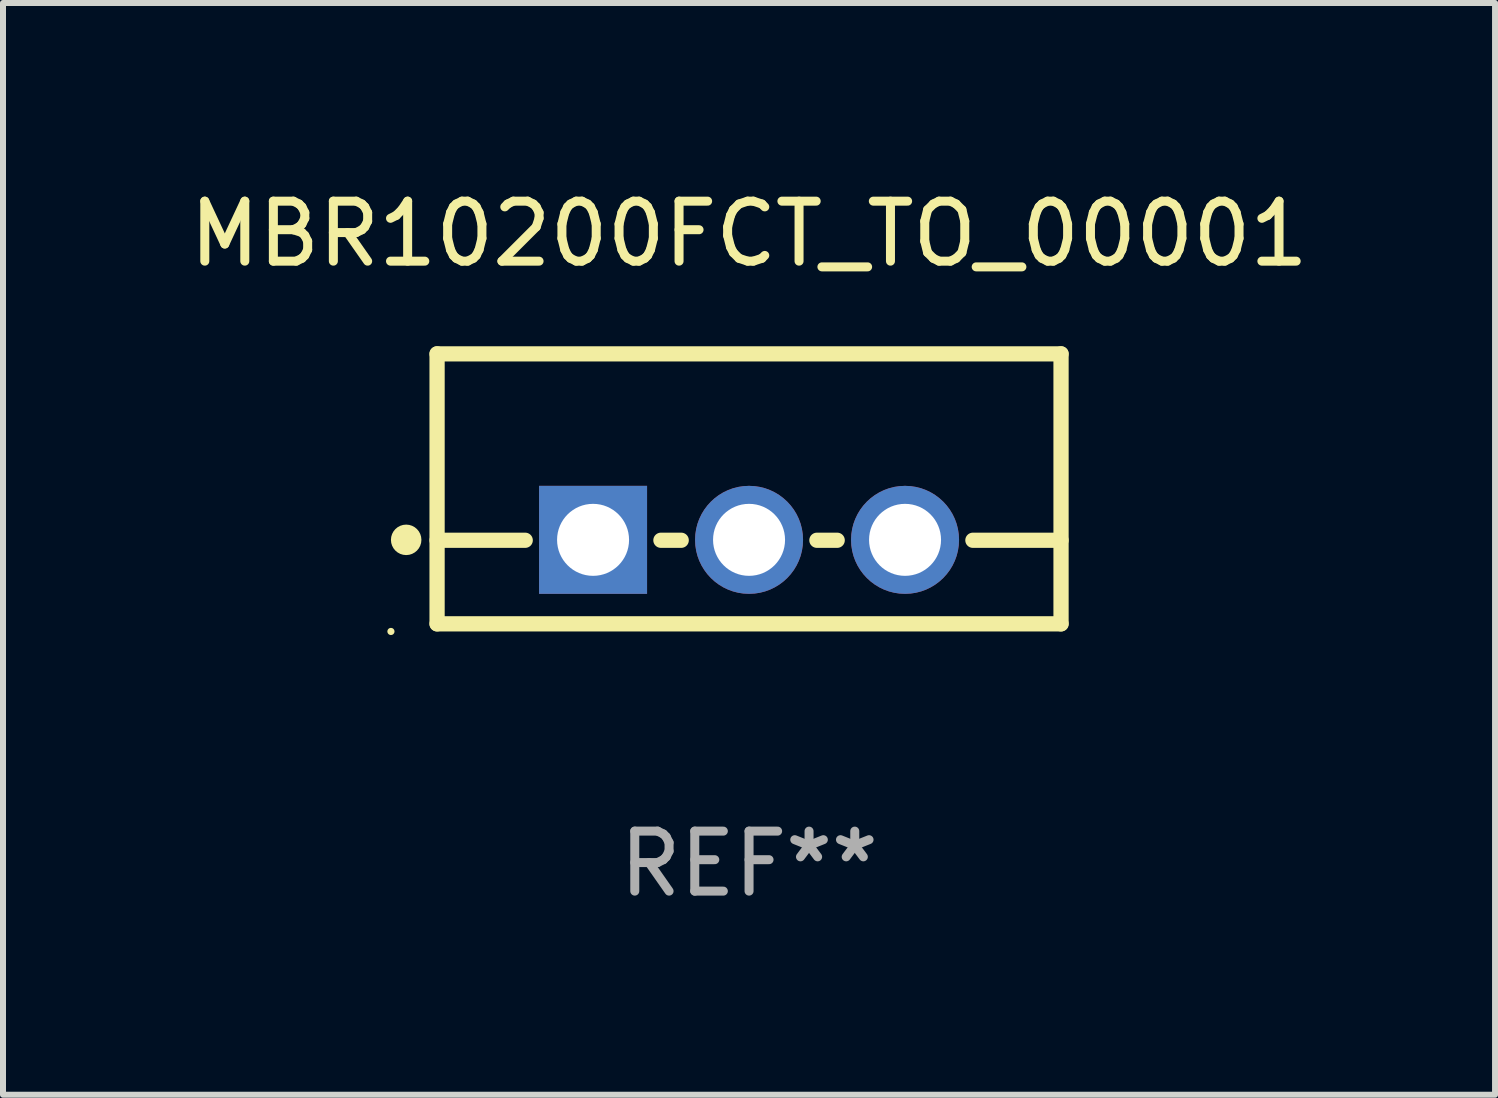
<source format=kicad_pcb>
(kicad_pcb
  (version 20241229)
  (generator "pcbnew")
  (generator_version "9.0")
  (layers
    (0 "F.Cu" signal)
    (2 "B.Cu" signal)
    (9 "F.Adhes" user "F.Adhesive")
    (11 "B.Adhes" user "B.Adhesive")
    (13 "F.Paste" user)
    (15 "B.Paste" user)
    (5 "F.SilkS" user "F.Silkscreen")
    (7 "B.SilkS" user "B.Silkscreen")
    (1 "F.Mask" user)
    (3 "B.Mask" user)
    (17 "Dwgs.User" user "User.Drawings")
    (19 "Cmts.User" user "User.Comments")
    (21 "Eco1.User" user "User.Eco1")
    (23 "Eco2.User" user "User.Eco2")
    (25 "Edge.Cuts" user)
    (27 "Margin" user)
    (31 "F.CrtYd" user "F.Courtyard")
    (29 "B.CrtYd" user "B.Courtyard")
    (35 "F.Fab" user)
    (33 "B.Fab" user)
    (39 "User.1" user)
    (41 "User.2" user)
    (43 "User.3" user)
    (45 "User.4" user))
  (footprint "MBR10200FCT_TO_00001"
    (layer "F.Cu")
    (at 9.435 5.098)
    (property "Reference" "MBR10200FCT_TO_00001" (at 0 -4.25 0) (layer "F.SilkS") (effects (font (size 1 1) (thickness 0.15))))
    (attr through_hole)
    (fp_line (start -5.2 -2.25) (end -5.2 2.25) (stroke (width 0.254) (type solid)) (layer "F.SilkS"))
    (fp_line (start -5.2 -2.25) (end 5.2 -2.25) (stroke (width 0.254) (type solid)) (layer "F.SilkS"))
    (fp_line (start -5.2 0.857) (end -3.731 0.857) (stroke (width 0.254) (type solid)) (layer "F.SilkS"))
    (fp_line (start -5.2 2.25) (end 5.2 2.25) (stroke (width 0.254) (type solid)) (layer "F.SilkS"))
    (fp_line (start -1.469 0.857) (end -1.131 0.857) (stroke (width 0.254) (type solid)) (layer "F.SilkS"))
    (fp_line (start 1.131 0.857) (end 1.469 0.857) (stroke (width 0.254) (type solid)) (layer "F.SilkS"))
    (fp_line (start 3.731 0.857) (end 5.2 0.857) (stroke (width 0.254) (type solid)) (layer "F.SilkS"))
    (fp_line (start 5.2 -2.25) (end 5.2 2.25) (stroke (width 0.254) (type solid)) (layer "F.SilkS"))
    (fp_circle (center -5.969 2.377) (end -5.939 2.377) (stroke (width 0.06) (type solid)) (fill no) (layer "F.SilkS"))
    (fp_circle (center -5.715 0.85) (end -5.588 0.85) (stroke (width 0.254) (type solid)) (fill no) (layer "F.SilkS"))
    (fp_text user "REF**" (at 0 6.25 0) (layer "F.Fab") (effects (font (size 1 1) (thickness 0.15))))
    (pad "1" thru_hole rect (at -2.6 0.85) (size 1.8 1.8) (drill 1.2) (layers "*.Cu" "*.Mask"))
    (pad "2" thru_hole circle (at 0 0.85) (size 1.8 1.8) (drill 1.2) (layers "*.Cu" "*.Mask"))
    (pad "3" thru_hole circle (at 2.6 0.85) (size 1.8 1.8) (drill 1.2) (layers "*.Cu" "*.Mask")))
  (gr_rect
    (start -3 -3)
    (end 21.869 15.197)
    (stroke (width 0.1) (type default))
    (fill no)
    (layer "Edge.Cuts")))
</source>
